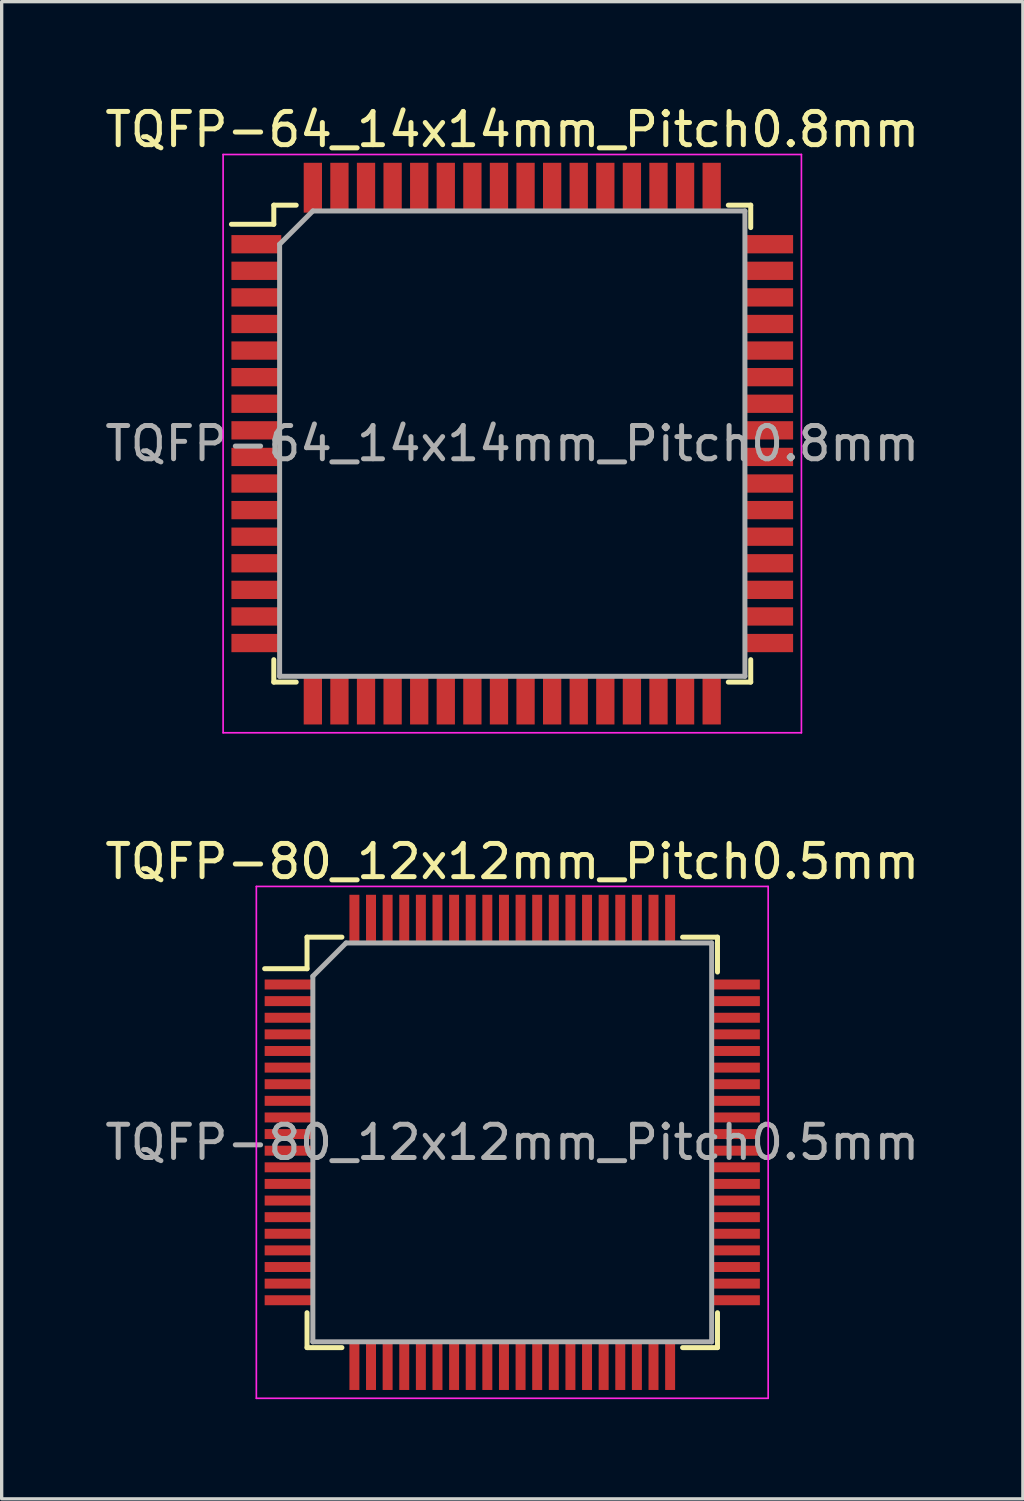
<source format=kicad_pcb>
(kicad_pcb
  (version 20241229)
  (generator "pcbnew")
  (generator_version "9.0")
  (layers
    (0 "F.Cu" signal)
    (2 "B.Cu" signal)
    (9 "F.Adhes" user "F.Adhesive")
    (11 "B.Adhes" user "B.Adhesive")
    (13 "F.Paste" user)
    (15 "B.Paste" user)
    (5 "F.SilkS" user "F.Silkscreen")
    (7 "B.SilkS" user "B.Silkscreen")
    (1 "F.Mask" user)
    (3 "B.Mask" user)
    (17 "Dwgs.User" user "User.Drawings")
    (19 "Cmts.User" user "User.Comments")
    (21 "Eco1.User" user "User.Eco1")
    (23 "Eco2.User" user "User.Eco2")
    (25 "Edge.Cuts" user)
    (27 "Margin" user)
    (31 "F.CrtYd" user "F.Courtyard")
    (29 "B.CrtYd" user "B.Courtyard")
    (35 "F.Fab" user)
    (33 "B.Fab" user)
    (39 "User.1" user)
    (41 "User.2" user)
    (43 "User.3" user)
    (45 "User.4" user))
  (footprint "TQFP-64_14x14mm_Pitch0.8mm"
    (layer "F.Cu")
    (at 12.363 10.298)
    (property "Reference" "TQFP-64_14x14mm_Pitch0.8mm" (at 0 -9.45 0) (layer "F.SilkS") (effects (font (size 1 1) (thickness 0.15))))
    (attr smd)
    (fp_line (start -7.175 -7.175) (end -7.175 -6.6) (stroke (width 0.15) (type solid)) (layer "F.SilkS"))
    (fp_line (start -7.175 -7.175) (end -6.5 -7.175) (stroke (width 0.15) (type solid)) (layer "F.SilkS"))
    (fp_line (start -7.175 -6.6) (end -8.45 -6.6) (stroke (width 0.15) (type solid)) (layer "F.SilkS"))
    (fp_line (start -7.175 7.175) (end -7.175 6.5) (stroke (width 0.15) (type solid)) (layer "F.SilkS"))
    (fp_line (start -7.175 7.175) (end -6.5 7.175) (stroke (width 0.15) (type solid)) (layer "F.SilkS"))
    (fp_line (start 7.175 -7.175) (end 6.5 -7.175) (stroke (width 0.15) (type solid)) (layer "F.SilkS"))
    (fp_line (start 7.175 -7.175) (end 7.175 -6.5) (stroke (width 0.15) (type solid)) (layer "F.SilkS"))
    (fp_line (start 7.175 7.175) (end 6.5 7.175) (stroke (width 0.15) (type solid)) (layer "F.SilkS"))
    (fp_line (start 7.175 7.175) (end 7.175 6.5) (stroke (width 0.15) (type solid)) (layer "F.SilkS"))
    (fp_line (start -8.7 -8.7) (end -8.7 8.7) (stroke (width 0.05) (type solid)) (layer "F.CrtYd"))
    (fp_line (start -8.7 -8.7) (end 8.7 -8.7) (stroke (width 0.05) (type solid)) (layer "F.CrtYd"))
    (fp_line (start -8.7 8.7) (end 8.7 8.7) (stroke (width 0.05) (type solid)) (layer "F.CrtYd"))
    (fp_line (start 8.7 -8.7) (end 8.7 8.7) (stroke (width 0.05) (type solid)) (layer "F.CrtYd"))
    (fp_line (start -7 -6) (end -6 -7) (stroke (width 0.15) (type solid)) (layer "F.Fab"))
    (fp_line (start -7 7) (end -7 -6) (stroke (width 0.15) (type solid)) (layer "F.Fab"))
    (fp_line (start -6 -7) (end 7 -7) (stroke (width 0.15) (type solid)) (layer "F.Fab"))
    (fp_line (start 7 -7) (end 7 7) (stroke (width 0.15) (type solid)) (layer "F.Fab"))
    (fp_line (start 7 7) (end -7 7) (stroke (width 0.15) (type solid)) (layer "F.Fab"))
    (fp_text user "${REFERENCE}" (at 0 0 0) (layer "F.Fab") (effects (font (size 1 1) (thickness 0.15))))
    (pad "1" smd rect (at -7.7 -6) (size 1.5 0.55) (layers "F.Cu" "F.Mask" "F.Paste"))
    (pad "2" smd rect (at -7.7 -5.2) (size 1.5 0.55) (layers "F.Cu" "F.Mask" "F.Paste"))
    (pad "3" smd rect (at -7.7 -4.4) (size 1.5 0.55) (layers "F.Cu" "F.Mask" "F.Paste"))
    (pad "4" smd rect (at -7.7 -3.6) (size 1.5 0.55) (layers "F.Cu" "F.Mask" "F.Paste"))
    (pad "5" smd rect (at -7.7 -2.8) (size 1.5 0.55) (layers "F.Cu" "F.Mask" "F.Paste"))
    (pad "6" smd rect (at -7.7 -2) (size 1.5 0.55) (layers "F.Cu" "F.Mask" "F.Paste"))
    (pad "7" smd rect (at -7.7 -1.2) (size 1.5 0.55) (layers "F.Cu" "F.Mask" "F.Paste"))
    (pad "8" smd rect (at -7.7 -0.4) (size 1.5 0.55) (layers "F.Cu" "F.Mask" "F.Paste"))
    (pad "9" smd rect (at -7.7 0.4) (size 1.5 0.55) (layers "F.Cu" "F.Mask" "F.Paste"))
    (pad "10" smd rect (at -7.7 1.2) (size 1.5 0.55) (layers "F.Cu" "F.Mask" "F.Paste"))
    (pad "11" smd rect (at -7.7 2) (size 1.5 0.55) (layers "F.Cu" "F.Mask" "F.Paste"))
    (pad "12" smd rect (at -7.7 2.8) (size 1.5 0.55) (layers "F.Cu" "F.Mask" "F.Paste"))
    (pad "13" smd rect (at -7.7 3.6) (size 1.5 0.55) (layers "F.Cu" "F.Mask" "F.Paste"))
    (pad "14" smd rect (at -7.7 4.4) (size 1.5 0.55) (layers "F.Cu" "F.Mask" "F.Paste"))
    (pad "15" smd rect (at -7.7 5.2) (size 1.5 0.55) (layers "F.Cu" "F.Mask" "F.Paste"))
    (pad "16" smd rect (at -7.7 6) (size 1.5 0.55) (layers "F.Cu" "F.Mask" "F.Paste"))
    (pad "17" smd rect (at -6 7.7 90) (size 1.5 0.55) (layers "F.Cu" "F.Mask" "F.Paste"))
    (pad "18" smd rect (at -5.2 7.7 90) (size 1.5 0.55) (layers "F.Cu" "F.Mask" "F.Paste"))
    (pad "19" smd rect (at -4.4 7.7 90) (size 1.5 0.55) (layers "F.Cu" "F.Mask" "F.Paste"))
    (pad "20" smd rect (at -3.6 7.7 90) (size 1.5 0.55) (layers "F.Cu" "F.Mask" "F.Paste"))
    (pad "21" smd rect (at -2.8 7.7 90) (size 1.5 0.55) (layers "F.Cu" "F.Mask" "F.Paste"))
    (pad "22" smd rect (at -2 7.7 90) (size 1.5 0.55) (layers "F.Cu" "F.Mask" "F.Paste"))
    (pad "23" smd rect (at -1.2 7.7 90) (size 1.5 0.55) (layers "F.Cu" "F.Mask" "F.Paste"))
    (pad "24" smd rect (at -0.4 7.7 90) (size 1.5 0.55) (layers "F.Cu" "F.Mask" "F.Paste"))
    (pad "25" smd rect (at 0.4 7.7 90) (size 1.5 0.55) (layers "F.Cu" "F.Mask" "F.Paste"))
    (pad "26" smd rect (at 1.2 7.7 90) (size 1.5 0.55) (layers "F.Cu" "F.Mask" "F.Paste"))
    (pad "27" smd rect (at 2 7.7 90) (size 1.5 0.55) (layers "F.Cu" "F.Mask" "F.Paste"))
    (pad "28" smd rect (at 2.8 7.7 90) (size 1.5 0.55) (layers "F.Cu" "F.Mask" "F.Paste"))
    (pad "29" smd rect (at 3.6 7.7 90) (size 1.5 0.55) (layers "F.Cu" "F.Mask" "F.Paste"))
    (pad "30" smd rect (at 4.4 7.7 90) (size 1.5 0.55) (layers "F.Cu" "F.Mask" "F.Paste"))
    (pad "31" smd rect (at 5.2 7.7 90) (size 1.5 0.55) (layers "F.Cu" "F.Mask" "F.Paste"))
    (pad "32" smd rect (at 6 7.7 90) (size 1.5 0.55) (layers "F.Cu" "F.Mask" "F.Paste"))
    (pad "33" smd rect (at 7.7 6) (size 1.5 0.55) (layers "F.Cu" "F.Mask" "F.Paste"))
    (pad "34" smd rect (at 7.7 5.2) (size 1.5 0.55) (layers "F.Cu" "F.Mask" "F.Paste"))
    (pad "35" smd rect (at 7.7 4.4) (size 1.5 0.55) (layers "F.Cu" "F.Mask" "F.Paste"))
    (pad "36" smd rect (at 7.7 3.6) (size 1.5 0.55) (layers "F.Cu" "F.Mask" "F.Paste"))
    (pad "37" smd rect (at 7.7 2.8) (size 1.5 0.55) (layers "F.Cu" "F.Mask" "F.Paste"))
    (pad "38" smd rect (at 7.7 2) (size 1.5 0.55) (layers "F.Cu" "F.Mask" "F.Paste"))
    (pad "39" smd rect (at 7.7 1.2) (size 1.5 0.55) (layers "F.Cu" "F.Mask" "F.Paste"))
    (pad "40" smd rect (at 7.7 0.4) (size 1.5 0.55) (layers "F.Cu" "F.Mask" "F.Paste"))
    (pad "41" smd rect (at 7.7 -0.4) (size 1.5 0.55) (layers "F.Cu" "F.Mask" "F.Paste"))
    (pad "42" smd rect (at 7.7 -1.2) (size 1.5 0.55) (layers "F.Cu" "F.Mask" "F.Paste"))
    (pad "43" smd rect (at 7.7 -2) (size 1.5 0.55) (layers "F.Cu" "F.Mask" "F.Paste"))
    (pad "44" smd rect (at 7.7 -2.8) (size 1.5 0.55) (layers "F.Cu" "F.Mask" "F.Paste"))
    (pad "45" smd rect (at 7.7 -3.6) (size 1.5 0.55) (layers "F.Cu" "F.Mask" "F.Paste"))
    (pad "46" smd rect (at 7.7 -4.4) (size 1.5 0.55) (layers "F.Cu" "F.Mask" "F.Paste"))
    (pad "47" smd rect (at 7.7 -5.2) (size 1.5 0.55) (layers "F.Cu" "F.Mask" "F.Paste"))
    (pad "48" smd rect (at 7.7 -6) (size 1.5 0.55) (layers "F.Cu" "F.Mask" "F.Paste"))
    (pad "49" smd rect (at 6 -7.7 90) (size 1.5 0.55) (layers "F.Cu" "F.Mask" "F.Paste"))
    (pad "50" smd rect (at 5.2 -7.7 90) (size 1.5 0.55) (layers "F.Cu" "F.Mask" "F.Paste"))
    (pad "51" smd rect (at 4.4 -7.7 90) (size 1.5 0.55) (layers "F.Cu" "F.Mask" "F.Paste"))
    (pad "52" smd rect (at 3.6 -7.7 90) (size 1.5 0.55) (layers "F.Cu" "F.Mask" "F.Paste"))
    (pad "53" smd rect (at 2.8 -7.7 90) (size 1.5 0.55) (layers "F.Cu" "F.Mask" "F.Paste"))
    (pad "54" smd rect (at 2 -7.7 90) (size 1.5 0.55) (layers "F.Cu" "F.Mask" "F.Paste"))
    (pad "55" smd rect (at 1.2 -7.7 90) (size 1.5 0.55) (layers "F.Cu" "F.Mask" "F.Paste"))
    (pad "56" smd rect (at 0.4 -7.7 90) (size 1.5 0.55) (layers "F.Cu" "F.Mask" "F.Paste"))
    (pad "57" smd rect (at -0.4 -7.7 90) (size 1.5 0.55) (layers "F.Cu" "F.Mask" "F.Paste"))
    (pad "58" smd rect (at -1.2 -7.7 90) (size 1.5 0.55) (layers "F.Cu" "F.Mask" "F.Paste"))
    (pad "59" smd rect (at -2 -7.7 90) (size 1.5 0.55) (layers "F.Cu" "F.Mask" "F.Paste"))
    (pad "60" smd rect (at -2.8 -7.7 90) (size 1.5 0.55) (layers "F.Cu" "F.Mask" "F.Paste"))
    (pad "61" smd rect (at -3.6 -7.7 90) (size 1.5 0.55) (layers "F.Cu" "F.Mask" "F.Paste"))
    (pad "62" smd rect (at -4.4 -7.7 90) (size 1.5 0.55) (layers "F.Cu" "F.Mask" "F.Paste"))
    (pad "63" smd rect (at -5.2 -7.7 90) (size 1.5 0.55) (layers "F.Cu" "F.Mask" "F.Paste"))
    (pad "64" smd rect (at -6 -7.7 90) (size 1.5 0.55) (layers "F.Cu" "F.Mask" "F.Paste")))
  (footprint "TQFP-80_12x12mm_Pitch0.5mm"
    (layer "F.Cu")
    (at 12.363 31.322)
    (property "Reference" "TQFP-80_12x12mm_Pitch0.5mm" (at 0 -8.45 0) (layer "F.SilkS") (effects (font (size 1 1) (thickness 0.15))))
    (attr smd)
    (fp_line (start -6.175 -6.175) (end -6.175 -5.225) (stroke (width 0.15) (type solid)) (layer "F.SilkS"))
    (fp_line (start -6.175 -6.175) (end -5.125 -6.175) (stroke (width 0.15) (type solid)) (layer "F.SilkS"))
    (fp_line (start -6.175 -5.225) (end -7.45 -5.225) (stroke (width 0.15) (type solid)) (layer "F.SilkS"))
    (fp_line (start -6.175 6.175) (end -6.175 5.125) (stroke (width 0.15) (type solid)) (layer "F.SilkS"))
    (fp_line (start -6.175 6.175) (end -5.125 6.175) (stroke (width 0.15) (type solid)) (layer "F.SilkS"))
    (fp_line (start 6.175 -6.175) (end 5.125 -6.175) (stroke (width 0.15) (type solid)) (layer "F.SilkS"))
    (fp_line (start 6.175 -6.175) (end 6.175 -5.125) (stroke (width 0.15) (type solid)) (layer "F.SilkS"))
    (fp_line (start 6.175 6.175) (end 5.125 6.175) (stroke (width 0.15) (type solid)) (layer "F.SilkS"))
    (fp_line (start 6.175 6.175) (end 6.175 5.125) (stroke (width 0.15) (type solid)) (layer "F.SilkS"))
    (fp_line (start -7.7 -7.7) (end -7.7 7.7) (stroke (width 0.05) (type solid)) (layer "F.CrtYd"))
    (fp_line (start -7.7 -7.7) (end 7.7 -7.7) (stroke (width 0.05) (type solid)) (layer "F.CrtYd"))
    (fp_line (start -7.7 7.7) (end 7.7 7.7) (stroke (width 0.05) (type solid)) (layer "F.CrtYd"))
    (fp_line (start 7.7 -7.7) (end 7.7 7.7) (stroke (width 0.05) (type solid)) (layer "F.CrtYd"))
    (fp_line (start -6 -5) (end -5 -6) (stroke (width 0.15) (type solid)) (layer "F.Fab"))
    (fp_line (start -6 6) (end -6 -5) (stroke (width 0.15) (type solid)) (layer "F.Fab"))
    (fp_line (start -5 -6) (end 6 -6) (stroke (width 0.15) (type solid)) (layer "F.Fab"))
    (fp_line (start 6 -6) (end 6 6) (stroke (width 0.15) (type solid)) (layer "F.Fab"))
    (fp_line (start 6 6) (end -6 6) (stroke (width 0.15) (type solid)) (layer "F.Fab"))
    (fp_text user "${REFERENCE}" (at 0 0 0) (layer "F.Fab") (effects (font (size 1 1) (thickness 0.15))))
    (pad "1" smd rect (at -6.7 -4.75) (size 1.5 0.3) (layers "F.Cu" "F.Mask" "F.Paste"))
    (pad "2" smd rect (at -6.7 -4.25) (size 1.5 0.3) (layers "F.Cu" "F.Mask" "F.Paste"))
    (pad "3" smd rect (at -6.7 -3.75) (size 1.5 0.3) (layers "F.Cu" "F.Mask" "F.Paste"))
    (pad "4" smd rect (at -6.7 -3.25) (size 1.5 0.3) (layers "F.Cu" "F.Mask" "F.Paste"))
    (pad "5" smd rect (at -6.7 -2.75) (size 1.5 0.3) (layers "F.Cu" "F.Mask" "F.Paste"))
    (pad "6" smd rect (at -6.7 -2.25) (size 1.5 0.3) (layers "F.Cu" "F.Mask" "F.Paste"))
    (pad "7" smd rect (at -6.7 -1.75) (size 1.5 0.3) (layers "F.Cu" "F.Mask" "F.Paste"))
    (pad "8" smd rect (at -6.7 -1.25) (size 1.5 0.3) (layers "F.Cu" "F.Mask" "F.Paste"))
    (pad "9" smd rect (at -6.7 -0.75) (size 1.5 0.3) (layers "F.Cu" "F.Mask" "F.Paste"))
    (pad "10" smd rect (at -6.7 -0.25) (size 1.5 0.3) (layers "F.Cu" "F.Mask" "F.Paste"))
    (pad "11" smd rect (at -6.7 0.25) (size 1.5 0.3) (layers "F.Cu" "F.Mask" "F.Paste"))
    (pad "12" smd rect (at -6.7 0.75) (size 1.5 0.3) (layers "F.Cu" "F.Mask" "F.Paste"))
    (pad "13" smd rect (at -6.7 1.25) (size 1.5 0.3) (layers "F.Cu" "F.Mask" "F.Paste"))
    (pad "14" smd rect (at -6.7 1.75) (size 1.5 0.3) (layers "F.Cu" "F.Mask" "F.Paste"))
    (pad "15" smd rect (at -6.7 2.25) (size 1.5 0.3) (layers "F.Cu" "F.Mask" "F.Paste"))
    (pad "16" smd rect (at -6.7 2.75) (size 1.5 0.3) (layers "F.Cu" "F.Mask" "F.Paste"))
    (pad "17" smd rect (at -6.7 3.25) (size 1.5 0.3) (layers "F.Cu" "F.Mask" "F.Paste"))
    (pad "18" smd rect (at -6.7 3.75) (size 1.5 0.3) (layers "F.Cu" "F.Mask" "F.Paste"))
    (pad "19" smd rect (at -6.7 4.25) (size 1.5 0.3) (layers "F.Cu" "F.Mask" "F.Paste"))
    (pad "20" smd rect (at -6.7 4.75) (size 1.5 0.3) (layers "F.Cu" "F.Mask" "F.Paste"))
    (pad "21" smd rect (at -4.75 6.7 90) (size 1.5 0.3) (layers "F.Cu" "F.Mask" "F.Paste"))
    (pad "22" smd rect (at -4.25 6.7 90) (size 1.5 0.3) (layers "F.Cu" "F.Mask" "F.Paste"))
    (pad "23" smd rect (at -3.75 6.7 90) (size 1.5 0.3) (layers "F.Cu" "F.Mask" "F.Paste"))
    (pad "24" smd rect (at -3.25 6.7 90) (size 1.5 0.3) (layers "F.Cu" "F.Mask" "F.Paste"))
    (pad "25" smd rect (at -2.75 6.7 90) (size 1.5 0.3) (layers "F.Cu" "F.Mask" "F.Paste"))
    (pad "26" smd rect (at -2.25 6.7 90) (size 1.5 0.3) (layers "F.Cu" "F.Mask" "F.Paste"))
    (pad "27" smd rect (at -1.75 6.7 90) (size 1.5 0.3) (layers "F.Cu" "F.Mask" "F.Paste"))
    (pad "28" smd rect (at -1.25 6.7 90) (size 1.5 0.3) (layers "F.Cu" "F.Mask" "F.Paste"))
    (pad "29" smd rect (at -0.75 6.7 90) (size 1.5 0.3) (layers "F.Cu" "F.Mask" "F.Paste"))
    (pad "30" smd rect (at -0.25 6.7 90) (size 1.5 0.3) (layers "F.Cu" "F.Mask" "F.Paste"))
    (pad "31" smd rect (at 0.25 6.7 90) (size 1.5 0.3) (layers "F.Cu" "F.Mask" "F.Paste"))
    (pad "32" smd rect (at 0.75 6.7 90) (size 1.5 0.3) (layers "F.Cu" "F.Mask" "F.Paste"))
    (pad "33" smd rect (at 1.25 6.7 90) (size 1.5 0.3) (layers "F.Cu" "F.Mask" "F.Paste"))
    (pad "34" smd rect (at 1.75 6.7 90) (size 1.5 0.3) (layers "F.Cu" "F.Mask" "F.Paste"))
    (pad "35" smd rect (at 2.25 6.7 90) (size 1.5 0.3) (layers "F.Cu" "F.Mask" "F.Paste"))
    (pad "36" smd rect (at 2.75 6.7 90) (size 1.5 0.3) (layers "F.Cu" "F.Mask" "F.Paste"))
    (pad "37" smd rect (at 3.25 6.7 90) (size 1.5 0.3) (layers "F.Cu" "F.Mask" "F.Paste"))
    (pad "38" smd rect (at 3.75 6.7 90) (size 1.5 0.3) (layers "F.Cu" "F.Mask" "F.Paste"))
    (pad "39" smd rect (at 4.25 6.7 90) (size 1.5 0.3) (layers "F.Cu" "F.Mask" "F.Paste"))
    (pad "40" smd rect (at 4.75 6.7 90) (size 1.5 0.3) (layers "F.Cu" "F.Mask" "F.Paste"))
    (pad "41" smd rect (at 6.7 4.75) (size 1.5 0.3) (layers "F.Cu" "F.Mask" "F.Paste"))
    (pad "42" smd rect (at 6.7 4.25) (size 1.5 0.3) (layers "F.Cu" "F.Mask" "F.Paste"))
    (pad "43" smd rect (at 6.7 3.75) (size 1.5 0.3) (layers "F.Cu" "F.Mask" "F.Paste"))
    (pad "44" smd rect (at 6.7 3.25) (size 1.5 0.3) (layers "F.Cu" "F.Mask" "F.Paste"))
    (pad "45" smd rect (at 6.7 2.75) (size 1.5 0.3) (layers "F.Cu" "F.Mask" "F.Paste"))
    (pad "46" smd rect (at 6.7 2.25) (size 1.5 0.3) (layers "F.Cu" "F.Mask" "F.Paste"))
    (pad "47" smd rect (at 6.7 1.75) (size 1.5 0.3) (layers "F.Cu" "F.Mask" "F.Paste"))
    (pad "48" smd rect (at 6.7 1.25) (size 1.5 0.3) (layers "F.Cu" "F.Mask" "F.Paste"))
    (pad "49" smd rect (at 6.7 0.75) (size 1.5 0.3) (layers "F.Cu" "F.Mask" "F.Paste"))
    (pad "50" smd rect (at 6.7 0.25) (size 1.5 0.3) (layers "F.Cu" "F.Mask" "F.Paste"))
    (pad "51" smd rect (at 6.7 -0.25) (size 1.5 0.3) (layers "F.Cu" "F.Mask" "F.Paste"))
    (pad "52" smd rect (at 6.7 -0.75) (size 1.5 0.3) (layers "F.Cu" "F.Mask" "F.Paste"))
    (pad "53" smd rect (at 6.7 -1.25) (size 1.5 0.3) (layers "F.Cu" "F.Mask" "F.Paste"))
    (pad "54" smd rect (at 6.7 -1.75) (size 1.5 0.3) (layers "F.Cu" "F.Mask" "F.Paste"))
    (pad "55" smd rect (at 6.7 -2.25) (size 1.5 0.3) (layers "F.Cu" "F.Mask" "F.Paste"))
    (pad "56" smd rect (at 6.7 -2.75) (size 1.5 0.3) (layers "F.Cu" "F.Mask" "F.Paste"))
    (pad "57" smd rect (at 6.7 -3.25) (size 1.5 0.3) (layers "F.Cu" "F.Mask" "F.Paste"))
    (pad "58" smd rect (at 6.7 -3.75) (size 1.5 0.3) (layers "F.Cu" "F.Mask" "F.Paste"))
    (pad "59" smd rect (at 6.7 -4.25) (size 1.5 0.3) (layers "F.Cu" "F.Mask" "F.Paste"))
    (pad "60" smd rect (at 6.7 -4.75) (size 1.5 0.3) (layers "F.Cu" "F.Mask" "F.Paste"))
    (pad "61" smd rect (at 4.75 -6.7 90) (size 1.5 0.3) (layers "F.Cu" "F.Mask" "F.Paste"))
    (pad "62" smd rect (at 4.25 -6.7 90) (size 1.5 0.3) (layers "F.Cu" "F.Mask" "F.Paste"))
    (pad "63" smd rect (at 3.75 -6.7 90) (size 1.5 0.3) (layers "F.Cu" "F.Mask" "F.Paste"))
    (pad "64" smd rect (at 3.25 -6.7 90) (size 1.5 0.3) (layers "F.Cu" "F.Mask" "F.Paste"))
    (pad "65" smd rect (at 2.75 -6.7 90) (size 1.5 0.3) (layers "F.Cu" "F.Mask" "F.Paste"))
    (pad "66" smd rect (at 2.25 -6.7 90) (size 1.5 0.3) (layers "F.Cu" "F.Mask" "F.Paste"))
    (pad "67" smd rect (at 1.75 -6.7 90) (size 1.5 0.3) (layers "F.Cu" "F.Mask" "F.Paste"))
    (pad "68" smd rect (at 1.25 -6.7 90) (size 1.5 0.3) (layers "F.Cu" "F.Mask" "F.Paste"))
    (pad "69" smd rect (at 0.75 -6.7 90) (size 1.5 0.3) (layers "F.Cu" "F.Mask" "F.Paste"))
    (pad "70" smd rect (at 0.25 -6.7 90) (size 1.5 0.3) (layers "F.Cu" "F.Mask" "F.Paste"))
    (pad "71" smd rect (at -0.25 -6.7 90) (size 1.5 0.3) (layers "F.Cu" "F.Mask" "F.Paste"))
    (pad "72" smd rect (at -0.75 -6.7 90) (size 1.5 0.3) (layers "F.Cu" "F.Mask" "F.Paste"))
    (pad "73" smd rect (at -1.25 -6.7 90) (size 1.5 0.3) (layers "F.Cu" "F.Mask" "F.Paste"))
    (pad "74" smd rect (at -1.75 -6.7 90) (size 1.5 0.3) (layers "F.Cu" "F.Mask" "F.Paste"))
    (pad "75" smd rect (at -2.25 -6.7 90) (size 1.5 0.3) (layers "F.Cu" "F.Mask" "F.Paste"))
    (pad "76" smd rect (at -2.75 -6.7 90) (size 1.5 0.3) (layers "F.Cu" "F.Mask" "F.Paste"))
    (pad "77" smd rect (at -3.25 -6.7 90) (size 1.5 0.3) (layers "F.Cu" "F.Mask" "F.Paste"))
    (pad "78" smd rect (at -3.75 -6.7 90) (size 1.5 0.3) (layers "F.Cu" "F.Mask" "F.Paste"))
    (pad "79" smd rect (at -4.25 -6.7 90) (size 1.5 0.3) (layers "F.Cu" "F.Mask" "F.Paste"))
    (pad "80" smd rect (at -4.75 -6.7 90) (size 1.5 0.3) (layers "F.Cu" "F.Mask" "F.Paste")))
  (gr_rect
    (start -3 -3)
    (end 27.726 42.047)
    (stroke (width 0.1) (type default))
    (fill no)
    (layer "Edge.Cuts")))
</source>
